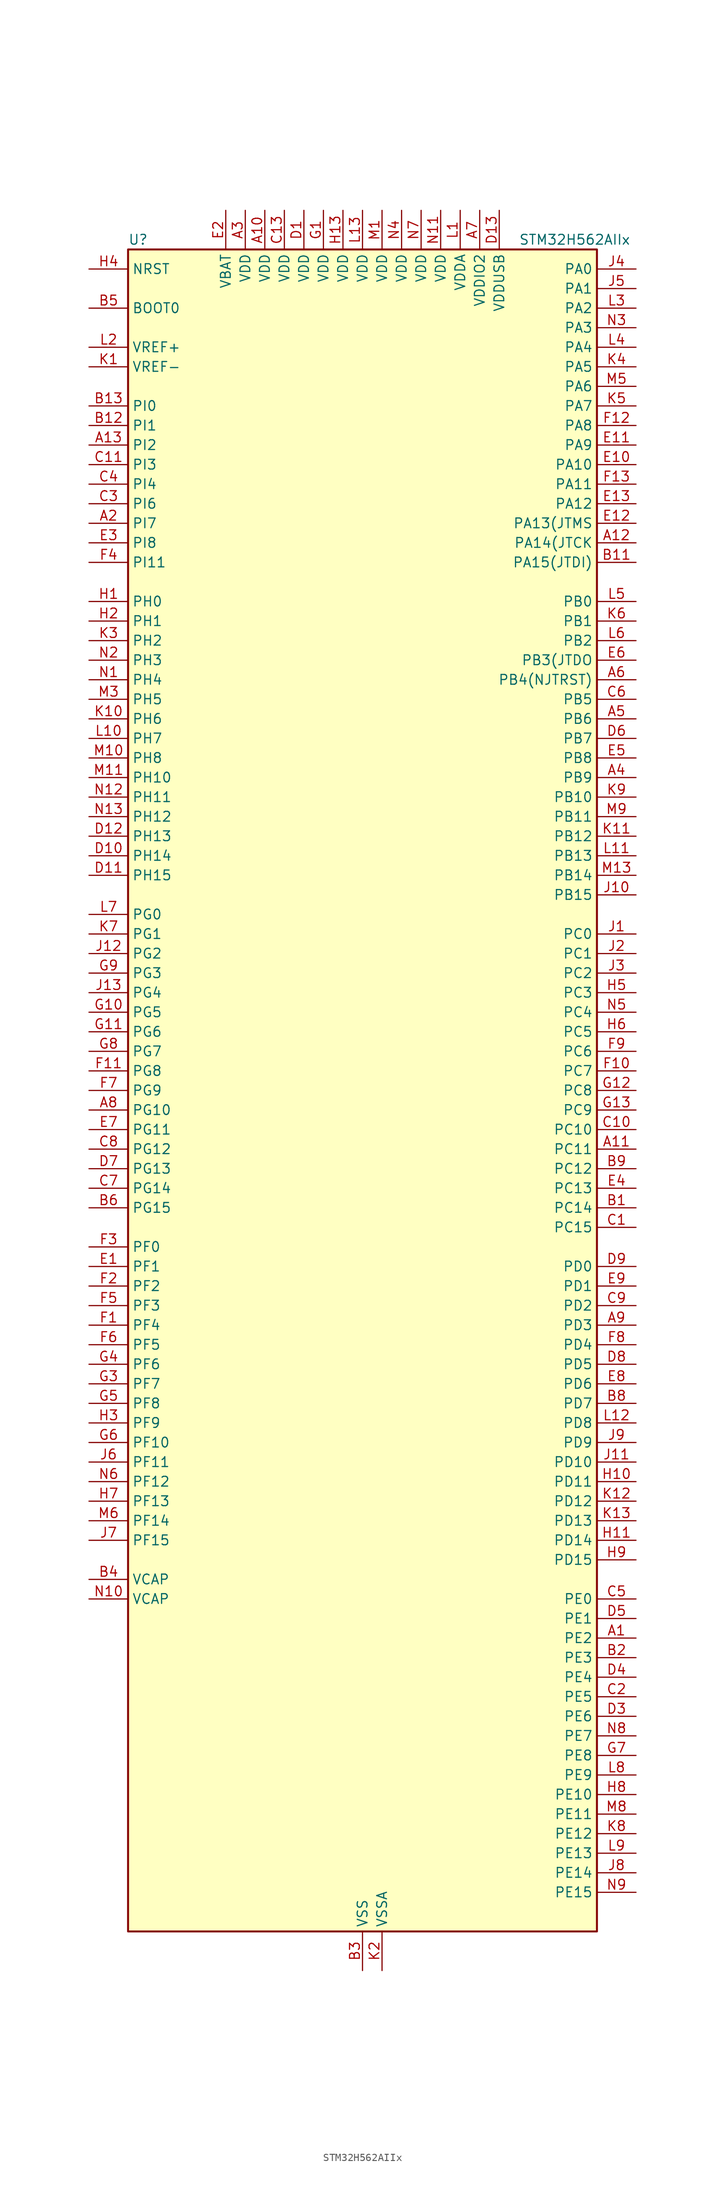
<source format=kicad_sym>
(kicad_symbol_lib
  (version 20231120)
  (generator "kicad-library-utils")
  (generator_version "8.0")
  (symbol "STM32H562AIIx"
    (property "Reference" "U"
      (at -30.48 110.49 0)
      (effects (font (size 1.27 1.27)) (justify left)))
    (property "Value" "STM32H562AIIx"
      (at 20.32 110.49 0)
      (effects (font (size 1.27 1.27)) (justify left)))
    (symbol "STM32H562AIIx_0_1"
      (rectangle (start -30.48 -109.22) (end 30.48 109.22) (stroke (width 0.254) (type default)) (fill (type background))))
    (symbol "STM32H562AIIx_1_1"
      (pin bidirectional line (at 35.56 -71.12 180) (length 5.08) (name "PE2" (effects (font (size 1.27 1.27)))) (number "A1" (effects (font (size 1.27 1.27)))) (alternate "DCMI_D3" bidirectional line) (alternate "DEBUG_TRACECLK" bidirectional line) (alternate "FMC_A23" bidirectional line) (alternate "LPTIM1_IN2" bidirectional line) (alternate "OCTOSPI1_IO2" bidirectional line) (alternate "PSSI_D3" bidirectional line) (alternate "SAI1_CK1" bidirectional line) (alternate "SAI1_MCLK_A" bidirectional line) (alternate "SPI4_SCK" bidirectional line) (alternate "UART8_TX" bidirectional line) (alternate "USART10_RX" bidirectional line))
      (pin power_in line (at -12.7 114.3 270) (length 5.08) (name "VDD" (effects (font (size 1.27 1.27)))) (number "A10" (effects (font (size 1.27 1.27)))))
      (pin bidirectional line (at 35.56 -7.62 180) (length 5.08) (name "PC11" (effects (font (size 1.27 1.27)))) (number "A11" (effects (font (size 1.27 1.27)))) (alternate "ADC1_EXTI11" bidirectional line) (alternate "ADC2_EXTI11" bidirectional line) (alternate "DCMI_D4" bidirectional line) (alternate "I2S3_SDI" bidirectional line) (alternate "LPTIM3_IN1" bidirectional line) (alternate "OCTOSPI1_NCS" bidirectional line) (alternate "PSSI_D4" bidirectional line) (alternate "SDMMC1_D3" bidirectional line) (alternate "SPI3_MISO" bidirectional line) (alternate "UART4_RX" bidirectional line) (alternate "USART3_RX" bidirectional line))
      (pin bidirectional line (at 35.56 71.12 180) (length 5.08) (name "PA14(JTCK" (effects (font (size 1.27 1.27)))) (number "A12" (effects (font (size 1.27 1.27)))) (alternate "DEBUG_JTCK-SWCLK" bidirectional line))
      (pin bidirectional line (at -35.56 83.82 0) (length 5.08) (name "PI2" (effects (font (size 1.27 1.27)))) (number "A13" (effects (font (size 1.27 1.27)))) (alternate "DCMI_D9" bidirectional line) (alternate "I2S2_SDI" bidirectional line) (alternate "PSSI_D9" bidirectional line) (alternate "SPI2_MISO" bidirectional line) (alternate "TIM8_CH4" bidirectional line))
      (pin bidirectional line (at -35.56 73.66 0) (length 5.08) (name "PI7" (effects (font (size 1.27 1.27)))) (number "A2" (effects (font (size 1.27 1.27)))) (alternate "DCMI_D7" bidirectional line) (alternate "PSSI_D7" bidirectional line) (alternate "SAI2_FS_A" bidirectional line) (alternate "TIM8_CH3" bidirectional line))
      (pin power_in line (at -15.24 114.3 270) (length 5.08) (name "VDD" (effects (font (size 1.27 1.27)))) (number "A3" (effects (font (size 1.27 1.27)))))
      (pin bidirectional line (at 35.56 40.64 180) (length 5.08) (name "PB9" (effects (font (size 1.27 1.27)))) (number "A4" (effects (font (size 1.27 1.27)))) (alternate "DAC1_EXTI9" bidirectional line) (alternate "DCMI_D7" bidirectional line) (alternate "FDCAN1_TX" bidirectional line) (alternate "I2C1_SDA" bidirectional line) (alternate "I2C4_SDA" bidirectional line) (alternate "I2S2_WS" bidirectional line) (alternate "I3C1_SDA" bidirectional line) (alternate "PSSI_D7" bidirectional line) (alternate "SDMMC1_CDIR" bidirectional line) (alternate "SDMMC1_D5" bidirectional line) (alternate "SPI2_NSS" bidirectional line) (alternate "TIM17_CH1" bidirectional line) (alternate "TIM4_CH4" bidirectional line) (alternate "UART4_TX" bidirectional line))
      (pin bidirectional line (at 35.56 48.26 180) (length 5.08) (name "PB6" (effects (font (size 1.27 1.27)))) (number "A5" (effects (font (size 1.27 1.27)))) (alternate "CEC" bidirectional line) (alternate "DCMI_D5" bidirectional line) (alternate "FMC_SDNE1" bidirectional line) (alternate "I2C1_SCL" bidirectional line) (alternate "I2C4_SCL" bidirectional line) (alternate "I3C1_SCL" bidirectional line) (alternate "LPUART1_TX" bidirectional line) (alternate "OCTOSPI1_NCS" bidirectional line) (alternate "PSSI_D5" bidirectional line) (alternate "TIM16_CH1N" bidirectional line) (alternate "TIM4_CH1" bidirectional line) (alternate "UART5_TX" bidirectional line) (alternate "USART1_TX" bidirectional line))
      (pin bidirectional line (at 35.56 53.34 180) (length 5.08) (name "PB4(NJTRST)" (effects (font (size 1.27 1.27)))) (number "A6" (effects (font (size 1.27 1.27)))) (alternate "DCMI_D7" bidirectional line) (alternate "DEBUG_JTRST" bidirectional line) (alternate "I2S1_SDI" bidirectional line) (alternate "I2S2_WS" bidirectional line) (alternate "I2S3_SDI" bidirectional line) (alternate "LPTIM1_CH2" bidirectional line) (alternate "OCTOSPI1_CLK" bidirectional line) (alternate "PSSI_D7" bidirectional line) (alternate "SPI1_MISO" bidirectional line) (alternate "SPI2_NSS" bidirectional line) (alternate "SPI3_MISO" bidirectional line) (alternate "SPI6_MISO" bidirectional line) (alternate "TIM16_BKIN" bidirectional line) (alternate "TIM3_CH1" bidirectional line) (alternate "UART7_TX" bidirectional line))
      (pin power_in line (at 15.24 114.3 270) (length 5.08) (name "VDDIO2" (effects (font (size 1.27 1.27)))) (number "A7" (effects (font (size 1.27 1.27)))))
      (pin bidirectional line (at -35.56 -2.54 0) (length 5.08) (name "PG10" (effects (font (size 1.27 1.27)))) (number "A8" (effects (font (size 1.27 1.27)))) (alternate "DCMI_D2" bidirectional line) (alternate "FMC_NE3" bidirectional line) (alternate "I2S1_WS" bidirectional line) (alternate "PSSI_D2" bidirectional line) (alternate "SAI2_SD_B" bidirectional line) (alternate "SPI1_NSS" bidirectional line))
      (pin bidirectional line (at 35.56 -30.48 180) (length 5.08) (name "PD3" (effects (font (size 1.27 1.27)))) (number "A9" (effects (font (size 1.27 1.27)))) (alternate "DCMI_D5" bidirectional line) (alternate "FMC_CLK" bidirectional line) (alternate "I2S2_CK" bidirectional line) (alternate "PSSI_D5" bidirectional line) (alternate "PWR_WKUP8" bidirectional line) (alternate "SPI2_SCK" bidirectional line) (alternate "USART2_CTS" bidirectional line) (alternate "USART2_NSS" bidirectional line))
      (pin bidirectional line (at 35.56 -15.24 180) (length 5.08) (name "PC14" (effects (font (size 1.27 1.27)))) (number "B1" (effects (font (size 1.27 1.27)))) (alternate "RCC_OSC32_IN" bidirectional line))
      (pin passive line (at 0 -114.3 90) (length 5.08) hide (name "VSS" (effects (font (size 1.27 1.27)))) (number "B10" (effects (font (size 1.27 1.27)))))
      (pin bidirectional line (at 35.56 68.58 180) (length 5.08) (name "PA15(JTDI)" (effects (font (size 1.27 1.27)))) (number "B11" (effects (font (size 1.27 1.27)))) (alternate "ADC1_EXTI15" bidirectional line) (alternate "ADC2_EXTI15" bidirectional line) (alternate "CEC" bidirectional line) (alternate "DCMI_D11" bidirectional line) (alternate "DEBUG_JTDI" bidirectional line) (alternate "FMC_NBL1" bidirectional line) (alternate "I2S1_WS" bidirectional line) (alternate "I2S3_WS" bidirectional line) (alternate "LPTIM3_IN2" bidirectional line) (alternate "PSSI_D11" bidirectional line) (alternate "SPI1_NSS" bidirectional line) (alternate "SPI3_NSS" bidirectional line) (alternate "SPI6_NSS" bidirectional line) (alternate "TIM2_CH1" bidirectional line) (alternate "TIM2_ETR" bidirectional line) (alternate "UART4_DE" bidirectional line) (alternate "UART4_RTS" bidirectional line) (alternate "UART7_TX" bidirectional line))
      (pin bidirectional line (at -35.56 86.36 0) (length 5.08) (name "PI1" (effects (font (size 1.27 1.27)))) (number "B12" (effects (font (size 1.27 1.27)))) (alternate "DCMI_D8" bidirectional line) (alternate "I2S2_CK" bidirectional line) (alternate "PSSI_D8" bidirectional line) (alternate "SPI2_SCK" bidirectional line) (alternate "TIM8_BKIN2" bidirectional line))
      (pin bidirectional line (at -35.56 88.9 0) (length 5.08) (name "PI0" (effects (font (size 1.27 1.27)))) (number "B13" (effects (font (size 1.27 1.27)))) (alternate "DCMI_D13" bidirectional line) (alternate "I2S2_WS" bidirectional line) (alternate "PSSI_D13" bidirectional line) (alternate "SPI2_NSS" bidirectional line) (alternate "TIM5_CH4" bidirectional line))
      (pin bidirectional line (at 35.56 -73.66 180) (length 5.08) (name "PE3" (effects (font (size 1.27 1.27)))) (number "B2" (effects (font (size 1.27 1.27)))) (alternate "DEBUG_TRACED0" bidirectional line) (alternate "FMC_A19" bidirectional line) (alternate "SAI1_SD_B" bidirectional line) (alternate "TAMP_IN6" bidirectional line) (alternate "TAMP_OUT3" bidirectional line) (alternate "TIM15_BKIN" bidirectional line) (alternate "USART10_TX" bidirectional line))
      (pin power_in line (at 0 -114.3 90) (length 5.08) (name "VSS" (effects (font (size 1.27 1.27)))) (number "B3" (effects (font (size 1.27 1.27)))))
      (pin power_out line (at -35.56 -63.5 0) (length 5.08) (name "VCAP" (effects (font (size 1.27 1.27)))) (number "B4" (effects (font (size 1.27 1.27)))))
      (pin input line (at -35.56 101.6 0) (length 5.08) (name "BOOT0" (effects (font (size 1.27 1.27)))) (number "B5" (effects (font (size 1.27 1.27)))))
      (pin bidirectional line (at -35.56 -15.24 0) (length 5.08) (name "PG15" (effects (font (size 1.27 1.27)))) (number "B6" (effects (font (size 1.27 1.27)))) (alternate "ADC1_EXTI15" bidirectional line) (alternate "ADC2_EXTI15" bidirectional line) (alternate "DCMI_D13" bidirectional line) (alternate "FMC_SDNCAS" bidirectional line) (alternate "PSSI_D13" bidirectional line) (alternate "SPI4_RDY" bidirectional line) (alternate "USART10_CK" bidirectional line) (alternate "USART6_CTS" bidirectional line) (alternate "USART6_NSS" bidirectional line))
      (pin passive line (at 0 -114.3 90) (length 5.08) hide (name "VSS" (effects (font (size 1.27 1.27)))) (number "B7" (effects (font (size 1.27 1.27)))))
      (pin bidirectional line (at 35.56 -40.64 180) (length 5.08) (name "PD7" (effects (font (size 1.27 1.27)))) (number "B8" (effects (font (size 1.27 1.27)))) (alternate "FMC_NCE" bidirectional line) (alternate "FMC_NE1" bidirectional line) (alternate "I2S1_SDO" bidirectional line) (alternate "LPTIM4_OUT" bidirectional line) (alternate "OCTOSPI1_IO7" bidirectional line) (alternate "SPI1_MOSI" bidirectional line) (alternate "USART2_CK" bidirectional line))
      (pin bidirectional line (at 35.56 -10.16 180) (length 5.08) (name "PC12" (effects (font (size 1.27 1.27)))) (number "B9" (effects (font (size 1.27 1.27)))) (alternate "DCMI_D9" bidirectional line) (alternate "DEBUG_TRACED3" bidirectional line) (alternate "I2S3_SDO" bidirectional line) (alternate "PSSI_D9" bidirectional line) (alternate "SDMMC1_CK" bidirectional line) (alternate "SPI3_MOSI" bidirectional line) (alternate "SPI6_SCK" bidirectional line) (alternate "TIM15_CH1" bidirectional line) (alternate "UART5_TX" bidirectional line) (alternate "USART3_CK" bidirectional line))
      (pin bidirectional line (at 35.56 -17.78 180) (length 5.08) (name "PC15" (effects (font (size 1.27 1.27)))) (number "C1" (effects (font (size 1.27 1.27)))) (alternate "ADC1_EXTI15" bidirectional line) (alternate "ADC2_EXTI15" bidirectional line) (alternate "RCC_OSC32_OUT" bidirectional line))
      (pin bidirectional line (at 35.56 -5.08 180) (length 5.08) (name "PC10" (effects (font (size 1.27 1.27)))) (number "C10" (effects (font (size 1.27 1.27)))) (alternate "DCMI_D8" bidirectional line) (alternate "I2S3_CK" bidirectional line) (alternate "LPTIM3_ETR" bidirectional line) (alternate "OCTOSPI1_IO1" bidirectional line) (alternate "PSSI_D8" bidirectional line) (alternate "SDMMC1_D2" bidirectional line) (alternate "SPI3_SCK" bidirectional line) (alternate "UART4_TX" bidirectional line) (alternate "USART3_TX" bidirectional line))
      (pin bidirectional line (at -35.56 81.28 0) (length 5.08) (name "PI3" (effects (font (size 1.27 1.27)))) (number "C11" (effects (font (size 1.27 1.27)))) (alternate "DCMI_D10" bidirectional line) (alternate "I2S2_SDO" bidirectional line) (alternate "PSSI_D10" bidirectional line) (alternate "SPI2_MOSI" bidirectional line) (alternate "TIM8_ETR" bidirectional line))
      (pin passive line (at 0 -114.3 90) (length 5.08) hide (name "VSS" (effects (font (size 1.27 1.27)))) (number "C12" (effects (font (size 1.27 1.27)))))
      (pin power_in line (at -10.16 114.3 270) (length 5.08) (name "VDD" (effects (font (size 1.27 1.27)))) (number "C13" (effects (font (size 1.27 1.27)))))
      (pin bidirectional line (at 35.56 -78.74 180) (length 5.08) (name "PE5" (effects (font (size 1.27 1.27)))) (number "C2" (effects (font (size 1.27 1.27)))) (alternate "DCMI_D6" bidirectional line) (alternate "DEBUG_TRACED2" bidirectional line) (alternate "FMC_A21" bidirectional line) (alternate "PSSI_D6" bidirectional line) (alternate "SAI1_CK2" bidirectional line) (alternate "SAI1_SCK_A" bidirectional line) (alternate "SPI4_MISO" bidirectional line) (alternate "TAMP_IN8" bidirectional line) (alternate "TAMP_OUT7" bidirectional line) (alternate "TIM15_CH1" bidirectional line))
      (pin bidirectional line (at -35.56 76.2 0) (length 5.08) (name "PI6" (effects (font (size 1.27 1.27)))) (number "C3" (effects (font (size 1.27 1.27)))) (alternate "DCMI_D6" bidirectional line) (alternate "PSSI_D6" bidirectional line) (alternate "SAI2_SD_A" bidirectional line) (alternate "TIM8_CH2" bidirectional line))
      (pin bidirectional line (at -35.56 78.74 0) (length 5.08) (name "PI4" (effects (font (size 1.27 1.27)))) (number "C4" (effects (font (size 1.27 1.27)))) (alternate "DCMI_D5" bidirectional line) (alternate "PSSI_D5" bidirectional line) (alternate "SAI2_MCLK_A" bidirectional line) (alternate "SPI2_RDY" bidirectional line) (alternate "TIM8_BKIN" bidirectional line))
      (pin bidirectional line (at 35.56 -66.04 180) (length 5.08) (name "PE0" (effects (font (size 1.27 1.27)))) (number "C5" (effects (font (size 1.27 1.27)))) (alternate "DCMI_D2" bidirectional line) (alternate "FDCAN1_RX" bidirectional line) (alternate "FMC_NBL0" bidirectional line) (alternate "LPTIM1_ETR" bidirectional line) (alternate "LPTIM2_CH2" bidirectional line) (alternate "LPTIM2_ETR" bidirectional line) (alternate "PSSI_D2" bidirectional line) (alternate "SAI2_MCLK_A" bidirectional line) (alternate "SPI3_RDY" bidirectional line) (alternate "TIM4_ETR" bidirectional line) (alternate "UART8_RX" bidirectional line))
      (pin bidirectional line (at 35.56 50.8 180) (length 5.08) (name "PB5" (effects (font (size 1.27 1.27)))) (number "C6" (effects (font (size 1.27 1.27)))) (alternate "DCMI_D10" bidirectional line) (alternate "FMC_SDCKE1" bidirectional line) (alternate "I2C1_SMBA" bidirectional line) (alternate "I2C4_SMBA" bidirectional line) (alternate "I2S1_SDO" bidirectional line) (alternate "I2S3_SDO" bidirectional line) (alternate "OCTOSPI1_NCLK" bidirectional line) (alternate "PSSI_D10" bidirectional line) (alternate "SPI1_MOSI" bidirectional line) (alternate "SPI3_MOSI" bidirectional line) (alternate "SPI6_MOSI" bidirectional line) (alternate "TIM17_BKIN" bidirectional line) (alternate "TIM3_CH2" bidirectional line) (alternate "UART5_RX" bidirectional line))
      (pin bidirectional line (at -35.56 -12.7 0) (length 5.08) (name "PG14" (effects (font (size 1.27 1.27)))) (number "C7" (effects (font (size 1.27 1.27)))) (alternate "DEBUG_TRACED1" bidirectional line) (alternate "FMC_A25" bidirectional line) (alternate "LPTIM1_CH2" bidirectional line) (alternate "LPTIM1_ETR" bidirectional line) (alternate "LPTIM5_IN1" bidirectional line) (alternate "OCTOSPI1_IO7" bidirectional line) (alternate "SPI6_MOSI" bidirectional line) (alternate "USART10_RTS" bidirectional line) (alternate "USART6_TX" bidirectional line))
      (pin bidirectional line (at -35.56 -7.62 0) (length 5.08) (name "PG12" (effects (font (size 1.27 1.27)))) (number "C8" (effects (font (size 1.27 1.27)))) (alternate "DCMI_D11" bidirectional line) (alternate "FMC_NE4" bidirectional line) (alternate "LPTIM1_IN1" bidirectional line) (alternate "LPTIM5_CH1" bidirectional line) (alternate "PSSI_D11" bidirectional line) (alternate "PSSI_D15" bidirectional line) (alternate "SPI6_MISO" bidirectional line) (alternate "USART10_TX" bidirectional line) (alternate "USART6_RTS" bidirectional line))
      (pin bidirectional line (at 35.56 -27.94 180) (length 5.08) (name "PD2" (effects (font (size 1.27 1.27)))) (number "C9" (effects (font (size 1.27 1.27)))) (alternate "DCMI_D11" bidirectional line) (alternate "DEBUG_TRACED2" bidirectional line) (alternate "LPTIM4_ETR" bidirectional line) (alternate "PSSI_D11" bidirectional line) (alternate "PWR_WKUP7" bidirectional line) (alternate "SDMMC1_CMD" bidirectional line) (alternate "TIM15_BKIN" bidirectional line) (alternate "TIM3_ETR" bidirectional line) (alternate "UART5_RX" bidirectional line))
      (pin power_in line (at -7.62 114.3 270) (length 5.08) (name "VDD" (effects (font (size 1.27 1.27)))) (number "D1" (effects (font (size 1.27 1.27)))))
      (pin bidirectional line (at -35.56 30.48 0) (length 5.08) (name "PH14" (effects (font (size 1.27 1.27)))) (number "D10" (effects (font (size 1.27 1.27)))) (alternate "DCMI_D4" bidirectional line) (alternate "FDCAN1_RX" bidirectional line) (alternate "PSSI_D4" bidirectional line) (alternate "TIM8_CH2N" bidirectional line) (alternate "UART4_RX" bidirectional line))
      (pin bidirectional line (at -35.56 27.94 0) (length 5.08) (name "PH15" (effects (font (size 1.27 1.27)))) (number "D11" (effects (font (size 1.27 1.27)))) (alternate "ADC1_EXTI15" bidirectional line) (alternate "ADC2_EXTI15" bidirectional line) (alternate "DCMI_D11" bidirectional line) (alternate "PSSI_D11" bidirectional line) (alternate "TIM8_CH3N" bidirectional line))
      (pin bidirectional line (at -35.56 33.02 0) (length 5.08) (name "PH13" (effects (font (size 1.27 1.27)))) (number "D12" (effects (font (size 1.27 1.27)))) (alternate "DCMI_D3" bidirectional line) (alternate "FDCAN1_TX" bidirectional line) (alternate "LPTIM1_IN2" bidirectional line) (alternate "PSSI_D3" bidirectional line) (alternate "TIM8_CH1N" bidirectional line) (alternate "UART4_TX" bidirectional line) (alternate "UART8_TX" bidirectional line))
      (pin power_in line (at 17.78 114.3 270) (length 5.08) (name "VDDUSB" (effects (font (size 1.27 1.27)))) (number "D13" (effects (font (size 1.27 1.27)))))
      (pin passive line (at 0 -114.3 90) (length 5.08) hide (name "VSS" (effects (font (size 1.27 1.27)))) (number "D2" (effects (font (size 1.27 1.27)))))
      (pin bidirectional line (at 35.56 -81.28 180) (length 5.08) (name "PE6" (effects (font (size 1.27 1.27)))) (number "D3" (effects (font (size 1.27 1.27)))) (alternate "DCMI_D7" bidirectional line) (alternate "DEBUG_TRACED3" bidirectional line) (alternate "FMC_A22" bidirectional line) (alternate "PSSI_D7" bidirectional line) (alternate "SAI1_D1" bidirectional line) (alternate "SAI1_SD_A" bidirectional line) (alternate "SAI2_MCLK_B" bidirectional line) (alternate "SPI4_MOSI" bidirectional line) (alternate "TAMP_IN3" bidirectional line) (alternate "TAMP_OUT6" bidirectional line) (alternate "TIM15_CH2" bidirectional line) (alternate "TIM1_BKIN2" bidirectional line))
      (pin bidirectional line (at 35.56 -76.2 180) (length 5.08) (name "PE4" (effects (font (size 1.27 1.27)))) (number "D4" (effects (font (size 1.27 1.27)))) (alternate "DCMI_D4" bidirectional line) (alternate "DEBUG_TRACED1" bidirectional line) (alternate "FMC_A20" bidirectional line) (alternate "PSSI_D4" bidirectional line) (alternate "SAI1_D2" bidirectional line) (alternate "SAI1_FS_A" bidirectional line) (alternate "SPI4_NSS" bidirectional line) (alternate "TAMP_IN7" bidirectional line) (alternate "TAMP_OUT8" bidirectional line) (alternate "TIM15_CH1N" bidirectional line))
      (pin bidirectional line (at 35.56 -68.58 180) (length 5.08) (name "PE1" (effects (font (size 1.27 1.27)))) (number "D5" (effects (font (size 1.27 1.27)))) (alternate "DCMI_D3" bidirectional line) (alternate "FDCAN1_TX" bidirectional line) (alternate "FMC_NBL1" bidirectional line) (alternate "LPTIM1_IN2" bidirectional line) (alternate "PSSI_D3" bidirectional line) (alternate "UART8_TX" bidirectional line))
      (pin bidirectional line (at 35.56 45.72 180) (length 5.08) (name "PB7" (effects (font (size 1.27 1.27)))) (number "D6" (effects (font (size 1.27 1.27)))) (alternate "DCMI_VSYNC" bidirectional line) (alternate "FDCAN1_TX" bidirectional line) (alternate "FMC_NL" bidirectional line) (alternate "I2C1_SDA" bidirectional line) (alternate "I2C4_SDA" bidirectional line) (alternate "I3C1_SDA" bidirectional line) (alternate "LPUART1_RX" bidirectional line) (alternate "PSSI_RDY" bidirectional line) (alternate "PWR_WKUP5" bidirectional line) (alternate "TIM17_CH1N" bidirectional line) (alternate "TIM4_CH2" bidirectional line) (alternate "USART1_RX" bidirectional line))
      (pin bidirectional line (at -35.56 -10.16 0) (length 5.08) (name "PG13" (effects (font (size 1.27 1.27)))) (number "D7" (effects (font (size 1.27 1.27)))) (alternate "DEBUG_TRACED0" bidirectional line) (alternate "FMC_A24" bidirectional line) (alternate "LPTIM1_CH1" bidirectional line) (alternate "LPTIM5_CH2" bidirectional line) (alternate "SPI6_SCK" bidirectional line) (alternate "USART10_CTS" bidirectional line) (alternate "USART10_NSS" bidirectional line) (alternate "USART6_CTS" bidirectional line) (alternate "USART6_NSS" bidirectional line))
      (pin bidirectional line (at 35.56 -35.56 180) (length 5.08) (name "PD5" (effects (font (size 1.27 1.27)))) (number "D8" (effects (font (size 1.27 1.27)))) (alternate "FDCAN1_TX" bidirectional line) (alternate "FMC_NWE" bidirectional line) (alternate "OCTOSPI1_IO5" bidirectional line) (alternate "SPI2_RDY" bidirectional line) (alternate "TIM1_CH4N" bidirectional line) (alternate "USART2_TX" bidirectional line))
      (pin bidirectional line (at 35.56 -22.86 180) (length 5.08) (name "PD0" (effects (font (size 1.27 1.27)))) (number "D9" (effects (font (size 1.27 1.27)))) (alternate "FDCAN1_RX" bidirectional line) (alternate "FMC_D2" bidirectional line) (alternate "FMC_DA2" bidirectional line) (alternate "TIM8_CH4N" bidirectional line) (alternate "UART4_RX" bidirectional line) (alternate "UART9_CTS" bidirectional line))
      (pin bidirectional line (at -35.56 -22.86 0) (length 5.08) (name "PF1" (effects (font (size 1.27 1.27)))) (number "E1" (effects (font (size 1.27 1.27)))) (alternate "FMC_A1" bidirectional line) (alternate "I2C2_SCL" bidirectional line) (alternate "LPTIM5_CH2" bidirectional line))
      (pin bidirectional line (at 35.56 81.28 180) (length 5.08) (name "PA10" (effects (font (size 1.27 1.27)))) (number "E10" (effects (font (size 1.27 1.27)))) (alternate "DCMI_D1" bidirectional line) (alternate "LPTIM2_IN2" bidirectional line) (alternate "LPUART1_RX" bidirectional line) (alternate "PSSI_D1" bidirectional line) (alternate "SDMMC1_D0" bidirectional line) (alternate "TIM1_CH3" bidirectional line) (alternate "UCPD1_FRSTX" bidirectional line) (alternate "USART1_RX" bidirectional line))
      (pin bidirectional line (at 35.56 83.82 180) (length 5.08) (name "PA9" (effects (font (size 1.27 1.27)))) (number "E11" (effects (font (size 1.27 1.27)))) (alternate "DAC1_EXTI9" bidirectional line) (alternate "DCMI_D0" bidirectional line) (alternate "FMC_NWE" bidirectional line) (alternate "I2C3_SMBA" bidirectional line) (alternate "I2S2_CK" bidirectional line) (alternate "LPUART1_TX" bidirectional line) (alternate "PSSI_D0" bidirectional line) (alternate "SPI2_SCK" bidirectional line) (alternate "TIM1_CH2" bidirectional line) (alternate "UCPD1_DB1" bidirectional line) (alternate "USART1_TX" bidirectional line))
      (pin bidirectional line (at 35.56 73.66 180) (length 5.08) (name "PA13(JTMS" (effects (font (size 1.27 1.27)))) (number "E12" (effects (font (size 1.27 1.27)))) (alternate "DEBUG_JTMS-SWDIO" bidirectional line))
      (pin bidirectional line (at 35.56 76.2 180) (length 5.08) (name "PA12" (effects (font (size 1.27 1.27)))) (number "E13" (effects (font (size 1.27 1.27)))) (alternate "FDCAN1_TX" bidirectional line) (alternate "I2S2_CK" bidirectional line) (alternate "LPUART1_RTS" bidirectional line) (alternate "SAI2_FS_B" bidirectional line) (alternate "SPI2_SCK" bidirectional line) (alternate "TIM1_ETR" bidirectional line) (alternate "UART4_TX" bidirectional line) (alternate "USART1_RTS" bidirectional line) (alternate "USB_DP" bidirectional line))
      (pin power_in line (at -17.78 114.3 270) (length 5.08) (name "VBAT" (effects (font (size 1.27 1.27)))) (number "E2" (effects (font (size 1.27 1.27)))))
      (pin bidirectional line (at -35.56 71.12 0) (length 5.08) (name "PI8" (effects (font (size 1.27 1.27)))) (number "E3" (effects (font (size 1.27 1.27)))) (alternate "PWR_WKUP3" bidirectional line) (alternate "RTC_OUT2" bidirectional line) (alternate "TAMP_IN2" bidirectional line) (alternate "TAMP_OUT3" bidirectional line))
      (pin bidirectional line (at 35.56 -12.7 180) (length 5.08) (name "PC13" (effects (font (size 1.27 1.27)))) (number "E4" (effects (font (size 1.27 1.27)))) (alternate "PWR_WKUP4" bidirectional line) (alternate "RTC_OUT1" bidirectional line) (alternate "RTC_TS" bidirectional line) (alternate "TAMP_IN1" bidirectional line) (alternate "TAMP_OUT2" bidirectional line) (alternate "TAMP_OUT3" bidirectional line))
      (pin bidirectional line (at 35.56 43.18 180) (length 5.08) (name "PB8" (effects (font (size 1.27 1.27)))) (number "E5" (effects (font (size 1.27 1.27)))) (alternate "DCMI_D6" bidirectional line) (alternate "FDCAN1_RX" bidirectional line) (alternate "I2C1_SCL" bidirectional line) (alternate "I2C4_SCL" bidirectional line) (alternate "I3C1_SCL" bidirectional line) (alternate "PSSI_D6" bidirectional line) (alternate "SDMMC1_CKIN" bidirectional line) (alternate "SDMMC1_D4" bidirectional line) (alternate "SPI4_RDY" bidirectional line) (alternate "TIM16_CH1" bidirectional line) (alternate "TIM4_CH3" bidirectional line) (alternate "UART4_RX" bidirectional line))
      (pin bidirectional line (at 35.56 55.88 180) (length 5.08) (name "PB3(JTDO" (effects (font (size 1.27 1.27)))) (number "E6" (effects (font (size 1.27 1.27)))) (alternate "CRS_SYNC" bidirectional line) (alternate "DEBUG_JTDO-SWO" bidirectional line) (alternate "I2C2_SDA" bidirectional line) (alternate "I2S1_CK" bidirectional line) (alternate "I2S3_CK" bidirectional line) (alternate "LPTIM6_ETR" bidirectional line) (alternate "SPI1_SCK" bidirectional line) (alternate "SPI3_SCK" bidirectional line) (alternate "SPI6_SCK" bidirectional line) (alternate "TIM2_CH2" bidirectional line) (alternate "UART12_CTS" bidirectional line) (alternate "UART7_RX" bidirectional line))
      (pin bidirectional line (at -35.56 -5.08 0) (length 5.08) (name "PG11" (effects (font (size 1.27 1.27)))) (number "E7" (effects (font (size 1.27 1.27)))) (alternate "ADC1_EXTI11" bidirectional line) (alternate "ADC2_EXTI11" bidirectional line) (alternate "DCMI_D3" bidirectional line) (alternate "I2S1_CK" bidirectional line) (alternate "LPTIM1_IN2" bidirectional line) (alternate "PSSI_D3" bidirectional line) (alternate "SPI1_SCK" bidirectional line) (alternate "USART10_RX" bidirectional line) (alternate "USART11_RTS" bidirectional line))
      (pin bidirectional line (at 35.56 -38.1 180) (length 5.08) (name "PD6" (effects (font (size 1.27 1.27)))) (number "E8" (effects (font (size 1.27 1.27)))) (alternate "DCMI_D10" bidirectional line) (alternate "FMC_NWAIT" bidirectional line) (alternate "I2S3_SDO" bidirectional line) (alternate "OCTOSPI1_IO6" bidirectional line) (alternate "PSSI_D10" bidirectional line) (alternate "SAI1_D1" bidirectional line) (alternate "SAI1_SD_A" bidirectional line) (alternate "SPI3_MOSI" bidirectional line) (alternate "USART2_RX" bidirectional line))
      (pin bidirectional line (at 35.56 -25.4 180) (length 5.08) (name "PD1" (effects (font (size 1.27 1.27)))) (number "E9" (effects (font (size 1.27 1.27)))) (alternate "FDCAN1_TX" bidirectional line) (alternate "FMC_D3" bidirectional line) (alternate "FMC_DA3" bidirectional line) (alternate "UART4_TX" bidirectional line))
      (pin bidirectional line (at -35.56 -30.48 0) (length 5.08) (name "PF4" (effects (font (size 1.27 1.27)))) (number "F1" (effects (font (size 1.27 1.27)))) (alternate "FMC_A4" bidirectional line) (alternate "LPTIM3_ETR" bidirectional line) (alternate "USART11_RX" bidirectional line))
      (pin bidirectional line (at 35.56 2.54 180) (length 5.08) (name "PC7" (effects (font (size 1.27 1.27)))) (number "F10" (effects (font (size 1.27 1.27)))) (alternate "DCMI_D1" bidirectional line) (alternate "DEBUG_TRGIO" bidirectional line) (alternate "FMC_NE1" bidirectional line) (alternate "I2S3_MCK" bidirectional line) (alternate "OCTOSPI1_IO6" bidirectional line) (alternate "PSSI_D1" bidirectional line) (alternate "SDMMC1_D123DIR" bidirectional line) (alternate "SDMMC1_D7" bidirectional line) (alternate "TIM3_CH2" bidirectional line) (alternate "TIM8_CH2" bidirectional line) (alternate "USART6_RX" bidirectional line))
      (pin bidirectional line (at -35.56 2.54 0) (length 5.08) (name "PG8" (effects (font (size 1.27 1.27)))) (number "F11" (effects (font (size 1.27 1.27)))) (alternate "FMC_SDCLK" bidirectional line) (alternate "SPI6_NSS" bidirectional line) (alternate "TIM8_ETR" bidirectional line) (alternate "USART6_RTS" bidirectional line))
      (pin bidirectional line (at 35.56 86.36 180) (length 5.08) (name "PA8" (effects (font (size 1.27 1.27)))) (number "F12" (effects (font (size 1.27 1.27)))) (alternate "DCMI_D3" bidirectional line) (alternate "FMC_NOE" bidirectional line) (alternate "I2C3_SCL" bidirectional line) (alternate "PSSI_D3" bidirectional line) (alternate "RCC_MCO_1" bidirectional line) (alternate "SPI1_RDY" bidirectional line) (alternate "TIM1_CH1" bidirectional line) (alternate "TIM8_BKIN2" bidirectional line) (alternate "UART7_RX" bidirectional line) (alternate "USART1_CK" bidirectional line) (alternate "USB_SOF" bidirectional line))
      (pin bidirectional line (at 35.56 78.74 180) (length 5.08) (name "PA11" (effects (font (size 1.27 1.27)))) (number "F13" (effects (font (size 1.27 1.27)))) (alternate "ADC1_EXTI11" bidirectional line) (alternate "ADC2_EXTI11" bidirectional line) (alternate "FDCAN1_RX" bidirectional line) (alternate "I2S2_WS" bidirectional line) (alternate "LPUART1_CTS" bidirectional line) (alternate "SPI2_NSS" bidirectional line) (alternate "TIM1_CH4" bidirectional line) (alternate "UART4_RX" bidirectional line) (alternate "USART1_CTS" bidirectional line) (alternate "USART1_NSS" bidirectional line) (alternate "USB_DM" bidirectional line))
      (pin bidirectional line (at -35.56 -25.4 0) (length 5.08) (name "PF2" (effects (font (size 1.27 1.27)))) (number "F2" (effects (font (size 1.27 1.27)))) (alternate "FMC_A2" bidirectional line) (alternate "I2C2_SMBA" bidirectional line) (alternate "LPTIM3_CH2" bidirectional line) (alternate "LPTIM3_IN2" bidirectional line) (alternate "LPTIM5_IN1" bidirectional line) (alternate "UART12_TX" bidirectional line) (alternate "USART11_CK" bidirectional line))
      (pin bidirectional line (at -35.56 -20.32 0) (length 5.08) (name "PF0" (effects (font (size 1.27 1.27)))) (number "F3" (effects (font (size 1.27 1.27)))) (alternate "FMC_A0" bidirectional line) (alternate "I2C2_SDA" bidirectional line) (alternate "LPTIM5_CH1" bidirectional line))
      (pin bidirectional line (at -35.56 68.58 0) (length 5.08) (name "PI11" (effects (font (size 1.27 1.27)))) (number "F4" (effects (font (size 1.27 1.27)))) (alternate "ADC1_EXTI11" bidirectional line) (alternate "ADC2_EXTI11" bidirectional line) (alternate "PSSI_D15" bidirectional line) (alternate "TAMP_IN4" bidirectional line) (alternate "TAMP_OUT5" bidirectional line))
      (pin bidirectional line (at -35.56 -27.94 0) (length 5.08) (name "PF3" (effects (font (size 1.27 1.27)))) (number "F5" (effects (font (size 1.27 1.27)))) (alternate "FMC_A3" bidirectional line) (alternate "LPTIM3_IN1" bidirectional line) (alternate "LPTIM5_IN2" bidirectional line) (alternate "USART11_TX" bidirectional line))
      (pin bidirectional line (at -35.56 -33.02 0) (length 5.08) (name "PF5" (effects (font (size 1.27 1.27)))) (number "F6" (effects (font (size 1.27 1.27)))) (alternate "FMC_A5" bidirectional line) (alternate "I2C4_SCL" bidirectional line) (alternate "I3C1_SCL" bidirectional line) (alternate "LPTIM3_CH1" bidirectional line) (alternate "LPTIM3_IN1" bidirectional line) (alternate "UART12_RX" bidirectional line) (alternate "USART11_CTS" bidirectional line) (alternate "USART11_NSS" bidirectional line))
      (pin bidirectional line (at -35.56 0 0) (length 5.08) (name "PG9" (effects (font (size 1.27 1.27)))) (number "F7" (effects (font (size 1.27 1.27)))) (alternate "DAC1_EXTI9" bidirectional line) (alternate "DCMI_VSYNC" bidirectional line) (alternate "FMC_NCE" bidirectional line) (alternate "FMC_NE2" bidirectional line) (alternate "I2S1_SDI" bidirectional line) (alternate "OCTOSPI1_IO6" bidirectional line) (alternate "PSSI_RDY" bidirectional line) (alternate "SAI2_FS_B" bidirectional line) (alternate "SPI1_MISO" bidirectional line) (alternate "USART6_RX" bidirectional line))
      (pin bidirectional line (at 35.56 -33.02 180) (length 5.08) (name "PD4" (effects (font (size 1.27 1.27)))) (number "F8" (effects (font (size 1.27 1.27)))) (alternate "FMC_NOE" bidirectional line) (alternate "OCTOSPI1_IO4" bidirectional line) (alternate "USART2_RTS" bidirectional line))
      (pin bidirectional line (at 35.56 5.08 180) (length 5.08) (name "PC6" (effects (font (size 1.27 1.27)))) (number "F9" (effects (font (size 1.27 1.27)))) (alternate "DCMI_D0" bidirectional line) (alternate "FMC_NWAIT" bidirectional line) (alternate "I2S2_MCK" bidirectional line) (alternate "OCTOSPI1_IO5" bidirectional line) (alternate "PSSI_D0" bidirectional line) (alternate "SAI1_SCK_A" bidirectional line) (alternate "SDMMC1_D0DIR" bidirectional line) (alternate "SDMMC1_D6" bidirectional line) (alternate "TIM3_CH1" bidirectional line) (alternate "TIM8_CH1" bidirectional line) (alternate "USART6_TX" bidirectional line))
      (pin power_in line (at -5.08 114.3 270) (length 5.08) (name "VDD" (effects (font (size 1.27 1.27)))) (number "G1" (effects (font (size 1.27 1.27)))))
      (pin bidirectional line (at -35.56 10.16 0) (length 5.08) (name "PG5" (effects (font (size 1.27 1.27)))) (number "G10" (effects (font (size 1.27 1.27)))) (alternate "FMC_A15" bidirectional line) (alternate "FMC_BA1" bidirectional line) (alternate "TIM1_ETR" bidirectional line))
      (pin bidirectional line (at -35.56 7.62 0) (length 5.08) (name "PG6" (effects (font (size 1.27 1.27)))) (number "G11" (effects (font (size 1.27 1.27)))) (alternate "DCMI_D12" bidirectional line) (alternate "FMC_NE3" bidirectional line) (alternate "I2C4_SDA" bidirectional line) (alternate "I3C1_SDA" bidirectional line) (alternate "OCTOSPI1_NCS" bidirectional line) (alternate "PSSI_D12" bidirectional line) (alternate "SPI1_RDY" bidirectional line) (alternate "TIM17_BKIN" bidirectional line) (alternate "UCPD1_FRSTX" bidirectional line))
      (pin bidirectional line (at 35.56 0 180) (length 5.08) (name "PC8" (effects (font (size 1.27 1.27)))) (number "G12" (effects (font (size 1.27 1.27)))) (alternate "DCMI_D2" bidirectional line) (alternate "DEBUG_TRACED1" bidirectional line) (alternate "FMC_ALE" bidirectional line) (alternate "FMC_INT" bidirectional line) (alternate "FMC_NCE" bidirectional line) (alternate "FMC_NE2" bidirectional line) (alternate "PSSI_D2" bidirectional line) (alternate "SDMMC1_D0" bidirectional line) (alternate "TIM3_CH3" bidirectional line) (alternate "TIM8_CH3" bidirectional line) (alternate "UART5_DE" bidirectional line) (alternate "UART5_RTS" bidirectional line) (alternate "USART6_CK" bidirectional line))
      (pin bidirectional line (at 35.56 -2.54 180) (length 5.08) (name "PC9" (effects (font (size 1.27 1.27)))) (number "G13" (effects (font (size 1.27 1.27)))) (alternate "AUDIOCLK" bidirectional line) (alternate "DAC1_EXTI9" bidirectional line) (alternate "DCMI_D3" bidirectional line) (alternate "FMC_CLE" bidirectional line) (alternate "I2C3_SDA" bidirectional line) (alternate "OCTOSPI1_IO0" bidirectional line) (alternate "PSSI_D3" bidirectional line) (alternate "RCC_MCO_2" bidirectional line) (alternate "SDMMC1_D1" bidirectional line) (alternate "TIM3_CH4" bidirectional line) (alternate "TIM8_CH4" bidirectional line) (alternate "UART5_CTS" bidirectional line) (alternate "UCPD1_DB2" bidirectional line))
      (pin passive line (at 0 -114.3 90) (length 5.08) hide (name "VSS" (effects (font (size 1.27 1.27)))) (number "G2" (effects (font (size 1.27 1.27)))))
      (pin bidirectional line (at -35.56 -38.1 0) (length 5.08) (name "PF7" (effects (font (size 1.27 1.27)))) (number "G3" (effects (font (size 1.27 1.27)))) (alternate "LPTIM5_CH2" bidirectional line) (alternate "OCTOSPI1_IO2" bidirectional line) (alternate "SAI1_MCLK_B" bidirectional line) (alternate "SPI5_SCK" bidirectional line) (alternate "TIM17_CH1" bidirectional line) (alternate "UART7_TX" bidirectional line))
      (pin bidirectional line (at -35.56 -35.56 0) (length 5.08) (name "PF6" (effects (font (size 1.27 1.27)))) (number "G4" (effects (font (size 1.27 1.27)))) (alternate "LPTIM5_CH1" bidirectional line) (alternate "OCTOSPI1_IO3" bidirectional line) (alternate "SAI1_SD_B" bidirectional line) (alternate "SPI5_NSS" bidirectional line) (alternate "TIM16_CH1" bidirectional line) (alternate "UART7_RX" bidirectional line))
      (pin bidirectional line (at -35.56 -40.64 0) (length 5.08) (name "PF8" (effects (font (size 1.27 1.27)))) (number "G5" (effects (font (size 1.27 1.27)))) (alternate "LPTIM5_IN1" bidirectional line) (alternate "OCTOSPI1_IO0" bidirectional line) (alternate "SAI1_SCK_B" bidirectional line) (alternate "SPI5_MISO" bidirectional line) (alternate "TIM13_CH1" bidirectional line) (alternate "TIM16_CH1N" bidirectional line) (alternate "UART7_RTS" bidirectional line))
      (pin bidirectional line (at -35.56 -45.72 0) (length 5.08) (name "PF10" (effects (font (size 1.27 1.27)))) (number "G6" (effects (font (size 1.27 1.27)))) (alternate "DCMI_D11" bidirectional line) (alternate "OCTOSPI1_CLK" bidirectional line) (alternate "PSSI_D11" bidirectional line) (alternate "PSSI_D15" bidirectional line) (alternate "SAI1_D3" bidirectional line) (alternate "TIM16_BKIN" bidirectional line))
      (pin bidirectional line (at 35.56 -86.36 180) (length 5.08) (name "PE8" (effects (font (size 1.27 1.27)))) (number "G7" (effects (font (size 1.27 1.27)))) (alternate "FMC_D5" bidirectional line) (alternate "FMC_DA5" bidirectional line) (alternate "OCTOSPI1_IO5" bidirectional line) (alternate "TIM1_CH1N" bidirectional line) (alternate "UART12_CTS" bidirectional line) (alternate "UART7_TX" bidirectional line))
      (pin bidirectional line (at -35.56 5.08 0) (length 5.08) (name "PG7" (effects (font (size 1.27 1.27)))) (number "G8" (effects (font (size 1.27 1.27)))) (alternate "DCMI_D13" bidirectional line) (alternate "FMC_INT" bidirectional line) (alternate "I2C4_SCL" bidirectional line) (alternate "I3C1_SCL" bidirectional line) (alternate "PSSI_D13" bidirectional line) (alternate "SAI1_CK2" bidirectional line) (alternate "SAI1_MCLK_A" bidirectional line) (alternate "UCPD1_FRSTX" bidirectional line) (alternate "USART6_CK" bidirectional line))
      (pin bidirectional line (at -35.56 15.24 0) (length 5.08) (name "PG3" (effects (font (size 1.27 1.27)))) (number "G9" (effects (font (size 1.27 1.27)))) (alternate "FMC_A13" bidirectional line) (alternate "LPTIM5_ETR" bidirectional line) (alternate "TIM8_BKIN2" bidirectional line) (alternate "UART12_TX" bidirectional line))
      (pin bidirectional line (at -35.56 63.5 0) (length 5.08) (name "PH0" (effects (font (size 1.27 1.27)))) (number "H1" (effects (font (size 1.27 1.27)))) (alternate "RCC_OSC_IN" bidirectional line))
      (pin bidirectional line (at 35.56 -50.8 180) (length 5.08) (name "PD11" (effects (font (size 1.27 1.27)))) (number "H10" (effects (font (size 1.27 1.27)))) (alternate "ADC1_EXTI11" bidirectional line) (alternate "ADC2_EXTI11" bidirectional line) (alternate "FMC_A16" bidirectional line) (alternate "FMC_CLE" bidirectional line) (alternate "I2C4_SMBA" bidirectional line) (alternate "LPTIM2_IN2" bidirectional line) (alternate "OCTOSPI1_IO0" bidirectional line) (alternate "SAI1_CK1" bidirectional line) (alternate "SAI2_SD_A" bidirectional line) (alternate "UART4_RX" bidirectional line) (alternate "USART3_CTS" bidirectional line) (alternate "USART3_NSS" bidirectional line))
      (pin bidirectional line (at 35.56 -58.42 180) (length 5.08) (name "PD14" (effects (font (size 1.27 1.27)))) (number "H11" (effects (font (size 1.27 1.27)))) (alternate "FMC_D0" bidirectional line) (alternate "FMC_DA0" bidirectional line) (alternate "TIM4_CH3" bidirectional line) (alternate "UART8_CTS" bidirectional line) (alternate "UART9_RX" bidirectional line))
      (pin passive line (at 0 -114.3 90) (length 5.08) hide (name "VSS" (effects (font (size 1.27 1.27)))) (number "H12" (effects (font (size 1.27 1.27)))))
      (pin power_in line (at -2.54 114.3 270) (length 5.08) (name "VDD" (effects (font (size 1.27 1.27)))) (number "H13" (effects (font (size 1.27 1.27)))))
      (pin bidirectional line (at -35.56 60.96 0) (length 5.08) (name "PH1" (effects (font (size 1.27 1.27)))) (number "H2" (effects (font (size 1.27 1.27)))) (alternate "RCC_OSC_OUT" bidirectional line))
      (pin bidirectional line (at -35.56 -43.18 0) (length 5.08) (name "PF9" (effects (font (size 1.27 1.27)))) (number "H3" (effects (font (size 1.27 1.27)))) (alternate "DAC1_EXTI9" bidirectional line) (alternate "LPTIM5_IN2" bidirectional line) (alternate "OCTOSPI1_IO1" bidirectional line) (alternate "SAI1_FS_B" bidirectional line) (alternate "SPI5_MOSI" bidirectional line) (alternate "TIM14_CH1" bidirectional line) (alternate "TIM17_CH1N" bidirectional line) (alternate "UART7_CTS" bidirectional line))
      (pin input line (at -35.56 106.68 0) (length 5.08) (name "NRST" (effects (font (size 1.27 1.27)))) (number "H4" (effects (font (size 1.27 1.27)))))
      (pin bidirectional line (at 35.56 12.7 180) (length 5.08) (name "PC3" (effects (font (size 1.27 1.27)))) (number "H5" (effects (font (size 1.27 1.27)))) (alternate "ADC1_INN12" bidirectional line) (alternate "ADC1_INP13" bidirectional line) (alternate "ADC2_INN12" bidirectional line) (alternate "ADC2_INP13" bidirectional line) (alternate "FMC_SDCKE0" bidirectional line) (alternate "I2S2_SDO" bidirectional line) (alternate "LPTIM3_CH1" bidirectional line) (alternate "OCTOSPI1_IO0" bidirectional line) (alternate "OCTOSPI1_IO6" bidirectional line) (alternate "PWR_CSTOP" bidirectional line) (alternate "SAI1_D3" bidirectional line) (alternate "SPI2_MOSI" bidirectional line))
      (pin bidirectional line (at 35.56 7.62 180) (length 5.08) (name "PC5" (effects (font (size 1.27 1.27)))) (number "H6" (effects (font (size 1.27 1.27)))) (alternate "ADC1_INN4" bidirectional line) (alternate "ADC1_INP8" bidirectional line) (alternate "ADC2_INN4" bidirectional line) (alternate "ADC2_INP8" bidirectional line) (alternate "FMC_SDCKE0" bidirectional line) (alternate "OCTOSPI1_DQS" bidirectional line) (alternate "PSSI_D15" bidirectional line) (alternate "SAI1_D3" bidirectional line) (alternate "SAI1_FS_A" bidirectional line) (alternate "TIM1_CH4N" bidirectional line) (alternate "UART12_RTS" bidirectional line))
      (pin bidirectional line (at -35.56 -53.34 0) (length 5.08) (name "PF13" (effects (font (size 1.27 1.27)))) (number "H7" (effects (font (size 1.27 1.27)))) (alternate "ADC2_INP2" bidirectional line) (alternate "FMC_A7" bidirectional line) (alternate "I2C4_SMBA" bidirectional line) (alternate "LPTIM6_IN1" bidirectional line))
      (pin bidirectional line (at 35.56 -91.44 180) (length 5.08) (name "PE10" (effects (font (size 1.27 1.27)))) (number "H8" (effects (font (size 1.27 1.27)))) (alternate "FMC_D7" bidirectional line) (alternate "FMC_DA7" bidirectional line) (alternate "OCTOSPI1_IO7" bidirectional line) (alternate "TIM1_CH2N" bidirectional line) (alternate "UART12_TX" bidirectional line) (alternate "UART7_CTS" bidirectional line))
      (pin bidirectional line (at 35.56 -60.96 180) (length 5.08) (name "PD15" (effects (font (size 1.27 1.27)))) (number "H9" (effects (font (size 1.27 1.27)))) (alternate "ADC1_EXTI15" bidirectional line) (alternate "ADC2_EXTI15" bidirectional line) (alternate "FMC_D1" bidirectional line) (alternate "FMC_DA1" bidirectional line) (alternate "TIM4_CH4" bidirectional line) (alternate "UART8_RTS" bidirectional line) (alternate "UART9_TX" bidirectional line))
      (pin bidirectional line (at 35.56 20.32 180) (length 5.08) (name "PC0" (effects (font (size 1.27 1.27)))) (number "J1" (effects (font (size 1.27 1.27)))) (alternate "ADC1_INP10" bidirectional line) (alternate "ADC2_INP10" bidirectional line) (alternate "FMC_A25" bidirectional line) (alternate "FMC_SDNWE" bidirectional line) (alternate "OCTOSPI1_IO7" bidirectional line) (alternate "SAI1_MCLK_A" bidirectional line) (alternate "SAI2_FS_B" bidirectional line) (alternate "SPI2_RDY" bidirectional line) (alternate "TIM16_BKIN" bidirectional line))
      (pin bidirectional line (at 35.56 25.4 180) (length 5.08) (name "PB15" (effects (font (size 1.27 1.27)))) (number "J10" (effects (font (size 1.27 1.27)))) (alternate "ADC1_EXTI15" bidirectional line) (alternate "ADC2_EXTI15" bidirectional line) (alternate "DCMI_D2" bidirectional line) (alternate "I2S2_SDO" bidirectional line) (alternate "OCTOSPI1_CLK" bidirectional line) (alternate "PSSI_D2" bidirectional line) (alternate "PWR_PVD_IN" bidirectional line) (alternate "RTC_REFIN" bidirectional line) (alternate "SPI2_MOSI" bidirectional line) (alternate "TIM12_CH2" bidirectional line) (alternate "TIM1_CH3N" bidirectional line) (alternate "TIM8_CH3N" bidirectional line) (alternate "UART4_CTS" bidirectional line) (alternate "UART5_RX" bidirectional line) (alternate "USART11_CTS" bidirectional line) (alternate "USART11_NSS" bidirectional line) (alternate "USART1_RX" bidirectional line))
      (pin bidirectional line (at 35.56 -48.26 180) (length 5.08) (name "PD10" (effects (font (size 1.27 1.27)))) (number "J11" (effects (font (size 1.27 1.27)))) (alternate "FMC_D15" bidirectional line) (alternate "FMC_DA15" bidirectional line) (alternate "LPTIM2_CH2" bidirectional line) (alternate "USART3_CK" bidirectional line))
      (pin bidirectional line (at -35.56 17.78 0) (length 5.08) (name "PG2" (effects (font (size 1.27 1.27)))) (number "J12" (effects (font (size 1.27 1.27)))) (alternate "FMC_A12" bidirectional line) (alternate "LPTIM6_ETR" bidirectional line) (alternate "TIM8_BKIN" bidirectional line) (alternate "UART12_RX" bidirectional line))
      (pin bidirectional line (at -35.56 12.7 0) (length 5.08) (name "PG4" (effects (font (size 1.27 1.27)))) (number "J13" (effects (font (size 1.27 1.27)))) (alternate "FMC_A14" bidirectional line) (alternate "FMC_BA0" bidirectional line) (alternate "LPTIM4_ETR" bidirectional line) (alternate "TIM1_BKIN2" bidirectional line))
      (pin bidirectional line (at 35.56 17.78 180) (length 5.08) (name "PC1" (effects (font (size 1.27 1.27)))) (number "J2" (effects (font (size 1.27 1.27)))) (alternate "ADC1_INN10" bidirectional line) (alternate "ADC1_INP11" bidirectional line) (alternate "ADC2_INN10" bidirectional line) (alternate "ADC2_INP11" bidirectional line) (alternate "DEBUG_TRACED0" bidirectional line) (alternate "I2S2_SDO" bidirectional line) (alternate "OCTOSPI1_IO4" bidirectional line) (alternate "PWR_WKUP6" bidirectional line) (alternate "SAI1_D1" bidirectional line) (alternate "SAI1_SD_A" bidirectional line) (alternate "SAI2_SD_A" bidirectional line) (alternate "SPI2_MOSI" bidirectional line) (alternate "TAMP_IN3" bidirectional line) (alternate "TAMP_OUT5" bidirectional line) (alternate "USART11_RTS" bidirectional line))
      (pin bidirectional line (at 35.56 15.24 180) (length 5.08) (name "PC2" (effects (font (size 1.27 1.27)))) (number "J3" (effects (font (size 1.27 1.27)))) (alternate "ADC1_INN11" bidirectional line) (alternate "ADC1_INP12" bidirectional line) (alternate "ADC2_INN11" bidirectional line) (alternate "ADC2_INP12" bidirectional line) (alternate "FMC_SDNE0" bidirectional line) (alternate "I2S2_SDI" bidirectional line) (alternate "OCTOSPI1_IO2" bidirectional line) (alternate "OCTOSPI1_IO5" bidirectional line) (alternate "PWR_CSLEEP" bidirectional line) (alternate "SPI2_MISO" bidirectional line) (alternate "TIM17_CH1" bidirectional line) (alternate "TIM4_CH4" bidirectional line))
      (pin bidirectional line (at 35.56 106.68 180) (length 5.08) (name "PA0" (effects (font (size 1.27 1.27)))) (number "J4" (effects (font (size 1.27 1.27)))) (alternate "ADC1_INN1" bidirectional line) (alternate "ADC1_INP0" bidirectional line) (alternate "ADC2_INN1" bidirectional line) (alternate "ADC2_INP0" bidirectional line) (alternate "PWR_WKUP1" bidirectional line) (alternate "SAI2_SD_B" bidirectional line) (alternate "SPI3_RDY" bidirectional line) (alternate "SPI6_NSS" bidirectional line) (alternate "TAMP_IN2" bidirectional line) (alternate "TAMP_OUT1" bidirectional line) (alternate "TIM15_BKIN" bidirectional line) (alternate "TIM2_CH1" bidirectional line) (alternate "TIM2_ETR" bidirectional line) (alternate "TIM5_CH1" bidirectional line) (alternate "TIM8_ETR" bidirectional line) (alternate "UART4_TX" bidirectional line) (alternate "USART2_CTS" bidirectional line) (alternate "USART2_NSS" bidirectional line))
      (pin bidirectional line (at 35.56 104.14 180) (length 5.08) (name "PA1" (effects (font (size 1.27 1.27)))) (number "J5" (effects (font (size 1.27 1.27)))) (alternate "ADC1_INP1" bidirectional line) (alternate "ADC2_INP1" bidirectional line) (alternate "LPTIM1_IN1" bidirectional line) (alternate "OCTOSPI1_DQS" bidirectional line) (alternate "OCTOSPI1_IO3" bidirectional line) (alternate "SAI2_MCLK_B" bidirectional line) (alternate "TAMP_IN5" bidirectional line) (alternate "TAMP_OUT4" bidirectional line) (alternate "TIM15_CH1N" bidirectional line) (alternate "TIM2_CH2" bidirectional line) (alternate "TIM5_CH2" bidirectional line) (alternate "UART4_RX" bidirectional line) (alternate "USART2_RTS" bidirectional line))
      (pin bidirectional line (at -35.56 -48.26 0) (length 5.08) (name "PF11" (effects (font (size 1.27 1.27)))) (number "J6" (effects (font (size 1.27 1.27)))) (alternate "ADC1_EXTI11" bidirectional line) (alternate "ADC1_INP2" bidirectional line) (alternate "ADC2_EXTI11" bidirectional line) (alternate "DCMI_D12" bidirectional line) (alternate "FMC_SDNRAS" bidirectional line) (alternate "LPTIM6_CH1" bidirectional line) (alternate "OCTOSPI1_NCLK" bidirectional line) (alternate "PSSI_D12" bidirectional line) (alternate "SAI2_SD_B" bidirectional line) (alternate "SPI5_MOSI" bidirectional line))
      (pin bidirectional line (at -35.56 -58.42 0) (length 5.08) (name "PF15" (effects (font (size 1.27 1.27)))) (number "J7" (effects (font (size 1.27 1.27)))) (alternate "ADC1_EXTI15" bidirectional line) (alternate "ADC2_EXTI15" bidirectional line) (alternate "FMC_A9" bidirectional line) (alternate "I2C4_SDA" bidirectional line) (alternate "I3C1_SDA" bidirectional line))
      (pin bidirectional line (at 35.56 -101.6 180) (length 5.08) (name "PE14" (effects (font (size 1.27 1.27)))) (number "J8" (effects (font (size 1.27 1.27)))) (alternate "FMC_D11" bidirectional line) (alternate "FMC_DA11" bidirectional line) (alternate "SAI2_MCLK_B" bidirectional line) (alternate "SPI4_MOSI" bidirectional line) (alternate "TIM1_CH4" bidirectional line))
      (pin bidirectional line (at 35.56 -45.72 180) (length 5.08) (name "PD9" (effects (font (size 1.27 1.27)))) (number "J9" (effects (font (size 1.27 1.27)))) (alternate "DAC1_EXTI9" bidirectional line) (alternate "FMC_D14" bidirectional line) (alternate "FMC_DA14" bidirectional line) (alternate "USART3_RX" bidirectional line))
      (pin input line (at -35.56 93.98 0) (length 5.08) (name "VREF-" (effects (font (size 1.27 1.27)))) (number "K1" (effects (font (size 1.27 1.27)))))
      (pin bidirectional line (at -35.56 48.26 0) (length 5.08) (name "PH6" (effects (font (size 1.27 1.27)))) (number "K10" (effects (font (size 1.27 1.27)))) (alternate "DCMI_D8" bidirectional line) (alternate "FMC_SDNE1" bidirectional line) (alternate "I2C2_SMBA" bidirectional line) (alternate "PSSI_D8" bidirectional line) (alternate "SPI5_SCK" bidirectional line) (alternate "TIM12_CH1" bidirectional line) (alternate "TIM1_CH3N" bidirectional line) (alternate "TIM8_CH1" bidirectional line))
      (pin bidirectional line (at 35.56 33.02 180) (length 5.08) (name "PB12" (effects (font (size 1.27 1.27)))) (number "K11" (effects (font (size 1.27 1.27)))) (alternate "I2C2_SDA" bidirectional line) (alternate "I2S2_WS" bidirectional line) (alternate "OCTOSPI1_NCLK" bidirectional line) (alternate "SPI2_NSS" bidirectional line) (alternate "TIM1_BKIN" bidirectional line) (alternate "UART5_RX" bidirectional line) (alternate "UCPD1_FRSTX" bidirectional line) (alternate "USART3_CK" bidirectional line))
      (pin bidirectional line (at 35.56 -53.34 180) (length 5.08) (name "PD12" (effects (font (size 1.27 1.27)))) (number "K12" (effects (font (size 1.27 1.27)))) (alternate "DCMI_D12" bidirectional line) (alternate "FMC_A17" bidirectional line) (alternate "FMC_ALE" bidirectional line) (alternate "I2C4_SCL" bidirectional line) (alternate "I3C1_SCL" bidirectional line) (alternate "LPTIM1_IN1" bidirectional line) (alternate "LPTIM2_IN1" bidirectional line) (alternate "OCTOSPI1_IO1" bidirectional line) (alternate "PSSI_D12" bidirectional line) (alternate "SAI1_D1" bidirectional line) (alternate "SAI2_FS_A" bidirectional line) (alternate "TIM4_CH1" bidirectional line) (alternate "UART4_TX" bidirectional line) (alternate "USART3_RTS" bidirectional line))
      (pin bidirectional line (at 35.56 -55.88 180) (length 5.08) (name "PD13" (effects (font (size 1.27 1.27)))) (number "K13" (effects (font (size 1.27 1.27)))) (alternate "DCMI_D13" bidirectional line) (alternate "FMC_A18" bidirectional line) (alternate "I2C4_SDA" bidirectional line) (alternate "I3C1_SDA" bidirectional line) (alternate "LPTIM1_CH1" bidirectional line) (alternate "LPTIM2_CH1" bidirectional line) (alternate "LPTIM4_IN1" bidirectional line) (alternate "OCTOSPI1_IO3" bidirectional line) (alternate "PSSI_D13" bidirectional line) (alternate "SAI2_SCK_A" bidirectional line) (alternate "TIM4_CH2" bidirectional line) (alternate "UART9_RTS" bidirectional line))
      (pin power_in line (at 2.54 -114.3 90) (length 5.08) (name "VSSA" (effects (font (size 1.27 1.27)))) (number "K2" (effects (font (size 1.27 1.27)))))
      (pin bidirectional line (at -35.56 58.42 0) (length 5.08) (name "PH2" (effects (font (size 1.27 1.27)))) (number "K3" (effects (font (size 1.27 1.27)))) (alternate "FMC_SDCKE0" bidirectional line) (alternate "LPTIM1_IN2" bidirectional line) (alternate "OCTOSPI1_IO4" bidirectional line) (alternate "SAI2_SCK_B" bidirectional line))
      (pin bidirectional line (at 35.56 93.98 180) (length 5.08) (name "PA5" (effects (font (size 1.27 1.27)))) (number "K4" (effects (font (size 1.27 1.27)))) (alternate "ADC1_INN18" bidirectional line) (alternate "ADC1_INP19" bidirectional line) (alternate "ADC2_INN18" bidirectional line) (alternate "ADC2_INP19" bidirectional line) (alternate "DAC1_OUT2" bidirectional line) (alternate "I2S1_CK" bidirectional line) (alternate "PSSI_D14" bidirectional line) (alternate "SPI1_SCK" bidirectional line) (alternate "SPI6_SCK" bidirectional line) (alternate "TIM2_CH1" bidirectional line) (alternate "TIM2_ETR" bidirectional line) (alternate "TIM8_CH1N" bidirectional line))
      (pin bidirectional line (at 35.56 88.9 180) (length 5.08) (name "PA7" (effects (font (size 1.27 1.27)))) (number "K5" (effects (font (size 1.27 1.27)))) (alternate "ADC1_INN3" bidirectional line) (alternate "ADC1_INP7" bidirectional line) (alternate "ADC2_INN3" bidirectional line) (alternate "ADC2_INP7" bidirectional line) (alternate "FMC_NWE" bidirectional line) (alternate "FMC_SDNWE" bidirectional line) (alternate "I2S1_SDO" bidirectional line) (alternate "OCTOSPI1_IO2" bidirectional line) (alternate "SPI1_MOSI" bidirectional line) (alternate "SPI6_MOSI" bidirectional line) (alternate "TIM14_CH1" bidirectional line) (alternate "TIM1_CH1N" bidirectional line) (alternate "TIM3_CH2" bidirectional line) (alternate "TIM8_CH1N" bidirectional line) (alternate "USART11_RX" bidirectional line))
      (pin bidirectional line (at 35.56 60.96 180) (length 5.08) (name "PB1" (effects (font (size 1.27 1.27)))) (number "K6" (effects (font (size 1.27 1.27)))) (alternate "ADC1_INP5" bidirectional line) (alternate "ADC2_INP5" bidirectional line) (alternate "LPTIM3_CH2" bidirectional line) (alternate "OCTOSPI1_IO0" bidirectional line) (alternate "TIM1_CH3N" bidirectional line) (alternate "TIM3_CH4" bidirectional line) (alternate "TIM8_CH3N" bidirectional line))
      (pin bidirectional line (at -35.56 20.32 0) (length 5.08) (name "PG1" (effects (font (size 1.27 1.27)))) (number "K7" (effects (font (size 1.27 1.27)))) (alternate "FMC_A11" bidirectional line) (alternate "I2S2_SDO" bidirectional line) (alternate "SPI2_MOSI" bidirectional line) (alternate "UART9_TX" bidirectional line))
      (pin bidirectional line (at 35.56 -96.52 180) (length 5.08) (name "PE12" (effects (font (size 1.27 1.27)))) (number "K8" (effects (font (size 1.27 1.27)))) (alternate "FMC_D9" bidirectional line) (alternate "FMC_DA9" bidirectional line) (alternate "SAI2_SCK_B" bidirectional line) (alternate "SPI4_SCK" bidirectional line) (alternate "TIM1_CH3N" bidirectional line))
      (pin bidirectional line (at 35.56 38.1 180) (length 5.08) (name "PB10" (effects (font (size 1.27 1.27)))) (number "K9" (effects (font (size 1.27 1.27)))) (alternate "I2C2_SCL" bidirectional line) (alternate "I2S2_CK" bidirectional line) (alternate "LPTIM2_IN1" bidirectional line) (alternate "LPTIM3_CH1" bidirectional line) (alternate "OCTOSPI1_NCS" bidirectional line) (alternate "SPI2_SCK" bidirectional line) (alternate "TIM2_CH3" bidirectional line) (alternate "USART3_TX" bidirectional line))
      (pin power_in line (at 12.7 114.3 270) (length 5.08) (name "VDDA" (effects (font (size 1.27 1.27)))) (number "L1" (effects (font (size 1.27 1.27)))))
      (pin bidirectional line (at -35.56 45.72 0) (length 5.08) (name "PH7" (effects (font (size 1.27 1.27)))) (number "L10" (effects (font (size 1.27 1.27)))) (alternate "DCMI_D9" bidirectional line) (alternate "FMC_SDCKE1" bidirectional line) (alternate "I2C3_SCL" bidirectional line) (alternate "PSSI_D9" bidirectional line) (alternate "SPI5_MISO" bidirectional line) (alternate "TIM1_CH3" bidirectional line) (alternate "TIM8_CH1N" bidirectional line))
      (pin bidirectional line (at 35.56 30.48 180) (length 5.08) (name "PB13" (effects (font (size 1.27 1.27)))) (number "L11" (effects (font (size 1.27 1.27)))) (alternate "I2C2_SMBA" bidirectional line) (alternate "I2S2_CK" bidirectional line) (alternate "LPTIM2_CH1" bidirectional line) (alternate "LPTIM3_IN1" bidirectional line) (alternate "SDMMC1_D0" bidirectional line) (alternate "SPI2_SCK" bidirectional line) (alternate "TIM1_CH1N" bidirectional line) (alternate "UART5_TX" bidirectional line) (alternate "UCPD1_CC1" bidirectional line) (alternate "USART3_CTS" bidirectional line) (alternate "USART3_NSS" bidirectional line))
      (pin bidirectional line (at 35.56 -43.18 180) (length 5.08) (name "PD8" (effects (font (size 1.27 1.27)))) (number "L12" (effects (font (size 1.27 1.27)))) (alternate "FMC_D13" bidirectional line) (alternate "FMC_DA13" bidirectional line) (alternate "USART3_TX" bidirectional line))
      (pin power_in line (at 0 114.3 270) (length 5.08) (name "VDD" (effects (font (size 1.27 1.27)))) (number "L13" (effects (font (size 1.27 1.27)))))
      (pin input line (at -35.56 96.52 0) (length 5.08) (name "VREF+" (effects (font (size 1.27 1.27)))) (number "L2" (effects (font (size 1.27 1.27)))))
      (pin bidirectional line (at 35.56 101.6 180) (length 5.08) (name "PA2" (effects (font (size 1.27 1.27)))) (number "L3" (effects (font (size 1.27 1.27)))) (alternate "ADC1_INP14" bidirectional line) (alternate "ADC2_INP14" bidirectional line) (alternate "LPTIM1_IN2" bidirectional line) (alternate "PWR_WKUP2" bidirectional line) (alternate "SAI2_SCK_B" bidirectional line) (alternate "TAMP_IN4" bidirectional line) (alternate "TAMP_OUT3" bidirectional line) (alternate "TIM15_CH1" bidirectional line) (alternate "TIM2_CH3" bidirectional line) (alternate "TIM5_CH3" bidirectional line) (alternate "USART2_TX" bidirectional line))
      (pin bidirectional line (at 35.56 96.52 180) (length 5.08) (name "PA4" (effects (font (size 1.27 1.27)))) (number "L4" (effects (font (size 1.27 1.27)))) (alternate "ADC1_INP18" bidirectional line) (alternate "ADC2_INP18" bidirectional line) (alternate "DAC1_OUT1" bidirectional line) (alternate "DCMI_HSYNC" bidirectional line) (alternate "I2S1_WS" bidirectional line) (alternate "I2S3_WS" bidirectional line) (alternate "LPTIM2_CH1" bidirectional line) (alternate "PSSI_DE" bidirectional line) (alternate "SPI1_NSS" bidirectional line) (alternate "SPI3_NSS" bidirectional line) (alternate "SPI6_NSS" bidirectional line) (alternate "TIM5_ETR" bidirectional line) (alternate "USART2_CK" bidirectional line))
      (pin bidirectional line (at 35.56 63.5 180) (length 5.08) (name "PB0" (effects (font (size 1.27 1.27)))) (number "L5" (effects (font (size 1.27 1.27)))) (alternate "ADC1_INN5" bidirectional line) (alternate "ADC1_INP9" bidirectional line) (alternate "ADC2_INN5" bidirectional line) (alternate "ADC2_INP9" bidirectional line) (alternate "LPTIM3_CH1" bidirectional line) (alternate "OCTOSPI1_IO1" bidirectional line) (alternate "TIM1_CH2N" bidirectional line) (alternate "TIM3_CH3" bidirectional line) (alternate "TIM8_CH2N" bidirectional line) (alternate "UART4_CTS" bidirectional line) (alternate "USART11_CK" bidirectional line))
      (pin bidirectional line (at 35.56 58.42 180) (length 5.08) (name "PB2" (effects (font (size 1.27 1.27)))) (number "L6" (effects (font (size 1.27 1.27)))) (alternate "I2S3_SDO" bidirectional line) (alternate "LPTIM1_CH1" bidirectional line) (alternate "LPTIM5_ETR" bidirectional line) (alternate "OCTOSPI1_CLK" bidirectional line) (alternate "OCTOSPI1_DQS" bidirectional line) (alternate "RCC_LSCO" bidirectional line) (alternate "RTC_OUT2" bidirectional line) (alternate "SAI1_D1" bidirectional line) (alternate "SAI1_SD_A" bidirectional line) (alternate "SDMMC1_CMD" bidirectional line) (alternate "SPI1_RDY" bidirectional line) (alternate "SPI3_MOSI" bidirectional line) (alternate "TIM8_CH4N" bidirectional line))
      (pin bidirectional line (at -35.56 22.86 0) (length 5.08) (name "PG0" (effects (font (size 1.27 1.27)))) (number "L7" (effects (font (size 1.27 1.27)))) (alternate "FMC_A10" bidirectional line) (alternate "LPTIM4_IN1" bidirectional line) (alternate "UART9_RX" bidirectional line))
      (pin bidirectional line (at 35.56 -88.9 180) (length 5.08) (name "PE9" (effects (font (size 1.27 1.27)))) (number "L8" (effects (font (size 1.27 1.27)))) (alternate "DAC1_EXTI9" bidirectional line) (alternate "FMC_D6" bidirectional line) (alternate "FMC_DA6" bidirectional line) (alternate "OCTOSPI1_IO6" bidirectional line) (alternate "TIM1_CH1" bidirectional line) (alternate "UART12_RX" bidirectional line) (alternate "UART7_RTS" bidirectional line))
      (pin bidirectional line (at 35.56 -99.06 180) (length 5.08) (name "PE13" (effects (font (size 1.27 1.27)))) (number "L9" (effects (font (size 1.27 1.27)))) (alternate "FMC_D10" bidirectional line) (alternate "FMC_DA10" bidirectional line) (alternate "SAI2_FS_B" bidirectional line) (alternate "SPI4_MISO" bidirectional line) (alternate "TIM1_CH3" bidirectional line))
      (pin power_in line (at 2.54 114.3 270) (length 5.08) (name "VDD" (effects (font (size 1.27 1.27)))) (number "M1" (effects (font (size 1.27 1.27)))))
      (pin bidirectional line (at -35.56 43.18 0) (length 5.08) (name "PH8" (effects (font (size 1.27 1.27)))) (number "M10" (effects (font (size 1.27 1.27)))) (alternate "DCMI_HSYNC" bidirectional line) (alternate "I2C3_SDA" bidirectional line) (alternate "PSSI_DE" bidirectional line) (alternate "SPI5_MOSI" bidirectional line) (alternate "TIM1_CH2N" bidirectional line) (alternate "TIM5_ETR" bidirectional line) (alternate "TIM8_CH2" bidirectional line))
      (pin bidirectional line (at -35.56 40.64 0) (length 5.08) (name "PH10" (effects (font (size 1.27 1.27)))) (number "M11" (effects (font (size 1.27 1.27)))) (alternate "DCMI_D1" bidirectional line) (alternate "I2C4_SMBA" bidirectional line) (alternate "PSSI_D1" bidirectional line) (alternate "SPI5_RDY" bidirectional line) (alternate "TIM1_CH1N" bidirectional line) (alternate "TIM5_CH1" bidirectional line) (alternate "TIM8_CH3" bidirectional line))
      (pin passive line (at 0 -114.3 90) (length 5.08) hide (name "VSS" (effects (font (size 1.27 1.27)))) (number "M12" (effects (font (size 1.27 1.27)))))
      (pin bidirectional line (at 35.56 27.94 180) (length 5.08) (name "PB14" (effects (font (size 1.27 1.27)))) (number "M13" (effects (font (size 1.27 1.27)))) (alternate "I2S2_SDI" bidirectional line) (alternate "LPTIM3_ETR" bidirectional line) (alternate "SPI2_MISO" bidirectional line) (alternate "TIM12_CH1" bidirectional line) (alternate "TIM1_CH2N" bidirectional line) (alternate "TIM8_CH2N" bidirectional line) (alternate "UART4_DE" bidirectional line) (alternate "UART4_RTS" bidirectional line) (alternate "UCPD1_CC2" bidirectional line) (alternate "USART1_TX" bidirectional line) (alternate "USART3_RTS" bidirectional line))
      (pin passive line (at 0 -114.3 90) (length 5.08) hide (name "VSS" (effects (font (size 1.27 1.27)))) (number "M2" (effects (font (size 1.27 1.27)))))
      (pin bidirectional line (at -35.56 50.8 0) (length 5.08) (name "PH5" (effects (font (size 1.27 1.27)))) (number "M3" (effects (font (size 1.27 1.27)))) (alternate "FMC_SDNWE" bidirectional line) (alternate "I2C2_SDA" bidirectional line) (alternate "SPI5_NSS" bidirectional line) (alternate "SPI6_RDY" bidirectional line))
      (pin passive line (at 0 -114.3 90) (length 5.08) hide (name "VSS" (effects (font (size 1.27 1.27)))) (number "M4" (effects (font (size 1.27 1.27)))))
      (pin bidirectional line (at 35.56 91.44 180) (length 5.08) (name "PA6" (effects (font (size 1.27 1.27)))) (number "M5" (effects (font (size 1.27 1.27)))) (alternate "ADC1_INP3" bidirectional line) (alternate "ADC2_INP3" bidirectional line) (alternate "DCMI_PIXCLK" bidirectional line) (alternate "I2S1_SDI" bidirectional line) (alternate "OCTOSPI1_IO3" bidirectional line) (alternate "PSSI_PDCK" bidirectional line) (alternate "SPI1_MISO" bidirectional line) (alternate "SPI6_MISO" bidirectional line) (alternate "TIM13_CH1" bidirectional line) (alternate "TIM1_BKIN" bidirectional line) (alternate "TIM3_CH1" bidirectional line) (alternate "TIM8_BKIN" bidirectional line) (alternate "USART11_TX" bidirectional line))
      (pin bidirectional line (at -35.56 -55.88 0) (length 5.08) (name "PF14" (effects (font (size 1.27 1.27)))) (number "M6" (effects (font (size 1.27 1.27)))) (alternate "ADC2_INN2" bidirectional line) (alternate "ADC2_INP6" bidirectional line) (alternate "FMC_A8" bidirectional line) (alternate "LPTIM6_IN2" bidirectional line))
      (pin passive line (at 0 -114.3 90) (length 5.08) hide (name "VSS" (effects (font (size 1.27 1.27)))) (number "M7" (effects (font (size 1.27 1.27)))))
      (pin bidirectional line (at 35.56 -93.98 180) (length 5.08) (name "PE11" (effects (font (size 1.27 1.27)))) (number "M8" (effects (font (size 1.27 1.27)))) (alternate "ADC1_EXTI11" bidirectional line) (alternate "ADC2_EXTI11" bidirectional line) (alternate "FMC_D8" bidirectional line) (alternate "FMC_DA8" bidirectional line) (alternate "OCTOSPI1_NCS" bidirectional line) (alternate "SAI2_SD_B" bidirectional line) (alternate "SPI1_RDY" bidirectional line) (alternate "SPI4_NSS" bidirectional line) (alternate "TIM1_CH2" bidirectional line))
      (pin bidirectional line (at 35.56 35.56 180) (length 5.08) (name "PB11" (effects (font (size 1.27 1.27)))) (number "M9" (effects (font (size 1.27 1.27)))) (alternate "ADC1_EXTI11" bidirectional line) (alternate "ADC2_EXTI11" bidirectional line) (alternate "FMC_NBL1" bidirectional line) (alternate "I2C2_SDA" bidirectional line) (alternate "LPTIM2_ETR" bidirectional line) (alternate "SPI2_RDY" bidirectional line) (alternate "SPI4_RDY" bidirectional line) (alternate "TIM2_CH4" bidirectional line) (alternate "USART3_RX" bidirectional line))
      (pin bidirectional line (at -35.56 53.34 0) (length 5.08) (name "PH4" (effects (font (size 1.27 1.27)))) (number "N1" (effects (font (size 1.27 1.27)))) (alternate "I2C2_SCL" bidirectional line) (alternate "PSSI_D14" bidirectional line) (alternate "SPI5_RDY" bidirectional line) (alternate "SPI6_RDY" bidirectional line))
      (pin power_out line (at -35.56 -66.04 0) (length 5.08) (name "VCAP" (effects (font (size 1.27 1.27)))) (number "N10" (effects (font (size 1.27 1.27)))))
      (pin power_in line (at 10.16 114.3 270) (length 5.08) (name "VDD" (effects (font (size 1.27 1.27)))) (number "N11" (effects (font (size 1.27 1.27)))))
      (pin bidirectional line (at -35.56 38.1 0) (length 5.08) (name "PH11" (effects (font (size 1.27 1.27)))) (number "N12" (effects (font (size 1.27 1.27)))) (alternate "ADC1_EXTI11" bidirectional line) (alternate "ADC2_EXTI11" bidirectional line) (alternate "DCMI_D2" bidirectional line) (alternate "I2C4_SCL" bidirectional line) (alternate "I3C1_SCL" bidirectional line) (alternate "PSSI_D2" bidirectional line) (alternate "TIM1_CH1" bidirectional line) (alternate "TIM5_CH2" bidirectional line) (alternate "TIM8_CH3N" bidirectional line))
      (pin bidirectional line (at -35.56 35.56 0) (length 5.08) (name "PH12" (effects (font (size 1.27 1.27)))) (number "N13" (effects (font (size 1.27 1.27)))) (alternate "DCMI_D3" bidirectional line) (alternate "I2C4_SDA" bidirectional line) (alternate "I3C1_SDA" bidirectional line) (alternate "PSSI_D3" bidirectional line) (alternate "TIM1_BKIN" bidirectional line) (alternate "TIM5_CH3" bidirectional line) (alternate "TIM8_BKIN" bidirectional line) (alternate "TIM8_CH4N" bidirectional line))
      (pin bidirectional line (at -35.56 55.88 0) (length 5.08) (name "PH3" (effects (font (size 1.27 1.27)))) (number "N2" (effects (font (size 1.27 1.27)))) (alternate "FMC_SDNE0" bidirectional line) (alternate "OCTOSPI1_IO5" bidirectional line) (alternate "SAI2_MCLK_B" bidirectional line))
      (pin bidirectional line (at 35.56 99.06 180) (length 5.08) (name "PA3" (effects (font (size 1.27 1.27)))) (number "N3" (effects (font (size 1.27 1.27)))) (alternate "ADC1_INP15" bidirectional line) (alternate "ADC2_INP15" bidirectional line) (alternate "I2S2_WS" bidirectional line) (alternate "OCTOSPI1_CLK" bidirectional line) (alternate "SAI1_SD_B" bidirectional line) (alternate "SPI2_NSS" bidirectional line) (alternate "TIM15_CH2" bidirectional line) (alternate "TIM2_CH4" bidirectional line) (alternate "TIM5_CH4" bidirectional line) (alternate "USART2_RX" bidirectional line))
      (pin power_in line (at 5.08 114.3 270) (length 5.08) (name "VDD" (effects (font (size 1.27 1.27)))) (number "N4" (effects (font (size 1.27 1.27)))))
      (pin bidirectional line (at 35.56 10.16 180) (length 5.08) (name "PC4" (effects (font (size 1.27 1.27)))) (number "N5" (effects (font (size 1.27 1.27)))) (alternate "ADC1_INP4" bidirectional line) (alternate "ADC2_INP4" bidirectional line) (alternate "FMC_SDNE0" bidirectional line) (alternate "I2S1_MCK" bidirectional line) (alternate "LPTIM2_ETR" bidirectional line) (alternate "SAI1_CK1" bidirectional line) (alternate "TIM2_CH4" bidirectional line) (alternate "USART3_RX" bidirectional line))
      (pin bidirectional line (at -35.56 -50.8 0) (length 5.08) (name "PF12" (effects (font (size 1.27 1.27)))) (number "N6" (effects (font (size 1.27 1.27)))) (alternate "ADC1_INN2" bidirectional line) (alternate "ADC1_INP6" bidirectional line) (alternate "FMC_A6" bidirectional line) (alternate "LPTIM6_CH2" bidirectional line))
      (pin power_in line (at 7.62 114.3 270) (length 5.08) (name "VDD" (effects (font (size 1.27 1.27)))) (number "N7" (effects (font (size 1.27 1.27)))))
      (pin bidirectional line (at 35.56 -83.82 180) (length 5.08) (name "PE7" (effects (font (size 1.27 1.27)))) (number "N8" (effects (font (size 1.27 1.27)))) (alternate "FMC_D4" bidirectional line) (alternate "FMC_DA4" bidirectional line) (alternate "OCTOSPI1_IO4" bidirectional line) (alternate "TIM1_ETR" bidirectional line) (alternate "UART12_RTS" bidirectional line) (alternate "UART7_RX" bidirectional line))
      (pin bidirectional line (at 35.56 -104.14 180) (length 5.08) (name "PE15" (effects (font (size 1.27 1.27)))) (number "N9" (effects (font (size 1.27 1.27)))) (alternate "ADC1_EXTI15" bidirectional line) (alternate "ADC2_EXTI15" bidirectional line) (alternate "FMC_D12" bidirectional line) (alternate "FMC_DA12" bidirectional line) (alternate "TIM1_BKIN" bidirectional line) (alternate "TIM1_CH4N" bidirectional line) (alternate "USART10_CK" bidirectional line)))))
</source>
